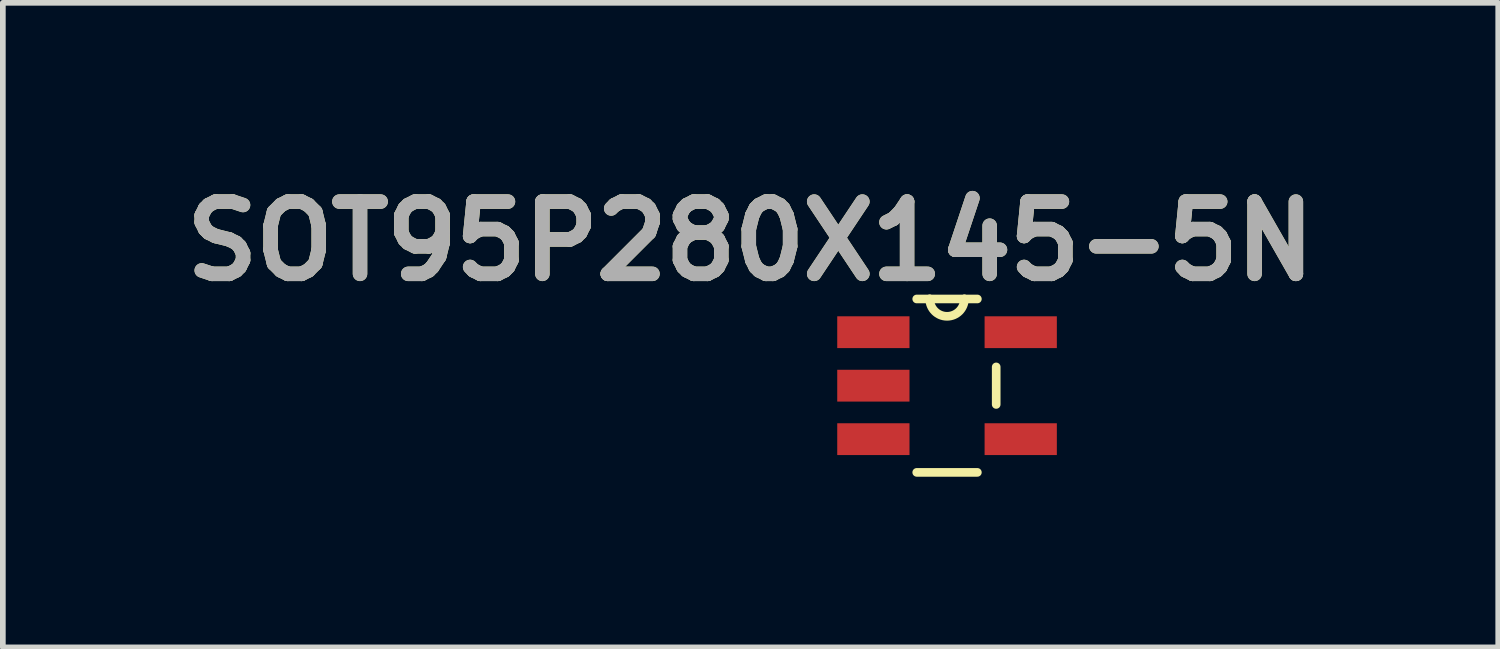
<source format=kicad_pcb>
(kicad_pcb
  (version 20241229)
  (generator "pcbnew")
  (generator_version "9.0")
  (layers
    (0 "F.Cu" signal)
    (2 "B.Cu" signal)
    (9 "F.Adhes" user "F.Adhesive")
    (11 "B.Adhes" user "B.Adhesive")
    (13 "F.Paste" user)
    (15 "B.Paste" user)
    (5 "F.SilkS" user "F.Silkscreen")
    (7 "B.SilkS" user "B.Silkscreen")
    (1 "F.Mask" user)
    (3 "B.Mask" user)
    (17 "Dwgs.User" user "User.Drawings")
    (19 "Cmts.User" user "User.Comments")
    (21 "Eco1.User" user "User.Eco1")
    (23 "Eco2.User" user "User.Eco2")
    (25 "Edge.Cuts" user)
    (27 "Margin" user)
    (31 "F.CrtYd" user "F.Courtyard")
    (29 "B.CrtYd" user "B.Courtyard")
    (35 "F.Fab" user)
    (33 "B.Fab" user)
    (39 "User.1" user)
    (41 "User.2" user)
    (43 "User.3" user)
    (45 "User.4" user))
  (footprint "SOT95P280X145-5N"
    (layer "F.Cu")
    (at 13.596 3.729)
    (property "Reference" "SOT95P280X145-5N" (at -3.454 -2.54 0) (layer "F.SilkS") (effects (font (size 1.27 1.27) (thickness 0.254))))
    (attr smd)
    (fp_line (start -0.533 1.524) (end 0.533 1.524) (stroke (width 0.152) (type solid)) (layer "F.SilkS"))
    (fp_line (start -0.305 -1.524) (end -0.533 -1.524) (stroke (width 0.152) (type solid)) (layer "F.SilkS"))
    (fp_line (start 0.305 -1.524) (end -0.305 -1.524) (stroke (width 0.152) (type solid)) (layer "F.SilkS"))
    (fp_line (start 0.533 -1.524) (end 0.305 -1.524) (stroke (width 0.152) (type solid)) (layer "F.SilkS"))
    (fp_line (start 0.864 0.33) (end 0.864 -0.33) (stroke (width 0.152) (type solid)) (layer "F.SilkS"))
    (fp_arc (start 0.3048 -1.524) (mid 0 -1.2192) (end -0.3048 -1.524) (stroke (width 0.1524) (type solid)) (layer "F.SilkS"))
    (fp_text user "${REFERENCE}" (at -3.454 -2.54 0) (layer "F.Fab") (effects (font (size 1.27 1.27) (thickness 0.254))))
    (pad "1" smd rect (at -1.295 -0.94 90) (size 0.559 1.27) (layers "F.Cu" "F.Mask" "F.Paste"))
    (pad "2" smd rect (at -1.295 0 90) (size 0.559 1.27) (layers "F.Cu" "F.Mask" "F.Paste"))
    (pad "3" smd rect (at -1.295 0.94 90) (size 0.559 1.27) (layers "F.Cu" "F.Mask" "F.Paste"))
    (pad "4" smd rect (at 1.295 0.94 90) (size 0.559 1.27) (layers "F.Cu" "F.Mask" "F.Paste"))
    (pad "5" smd rect (at 1.295 -0.94 90) (size 0.559 1.27) (layers "F.Cu" "F.Mask" "F.Paste")))
  (gr_rect
    (start -3 -3)
    (end 23.284 8.329)
    (stroke (width 0.1) (type default))
    (fill no)
    (layer "Edge.Cuts")))
</source>
